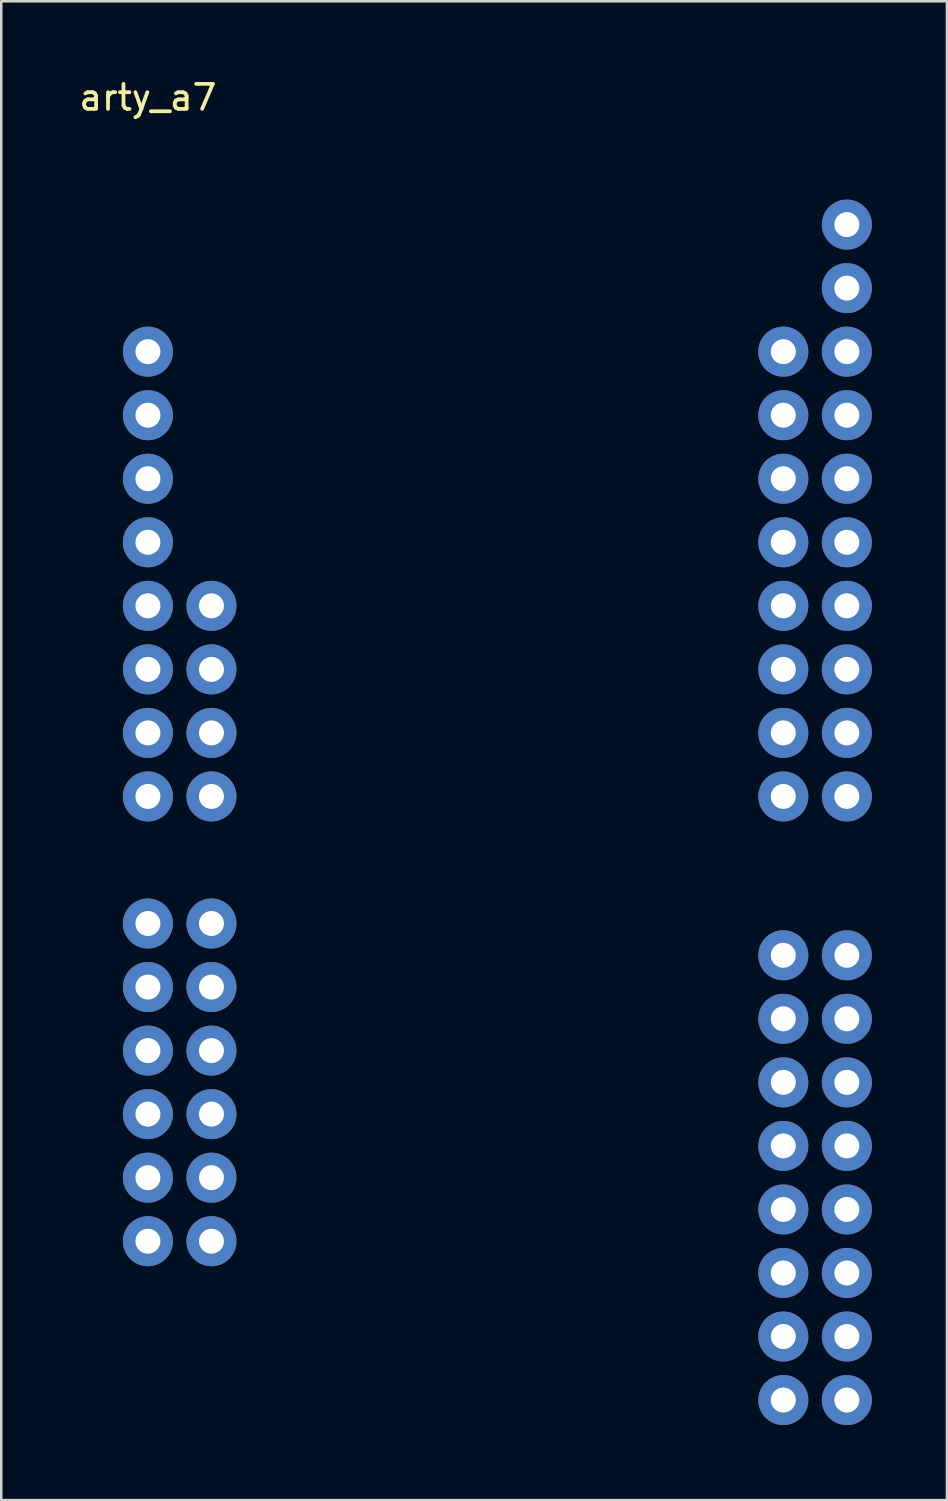
<source format=kicad_pcb>
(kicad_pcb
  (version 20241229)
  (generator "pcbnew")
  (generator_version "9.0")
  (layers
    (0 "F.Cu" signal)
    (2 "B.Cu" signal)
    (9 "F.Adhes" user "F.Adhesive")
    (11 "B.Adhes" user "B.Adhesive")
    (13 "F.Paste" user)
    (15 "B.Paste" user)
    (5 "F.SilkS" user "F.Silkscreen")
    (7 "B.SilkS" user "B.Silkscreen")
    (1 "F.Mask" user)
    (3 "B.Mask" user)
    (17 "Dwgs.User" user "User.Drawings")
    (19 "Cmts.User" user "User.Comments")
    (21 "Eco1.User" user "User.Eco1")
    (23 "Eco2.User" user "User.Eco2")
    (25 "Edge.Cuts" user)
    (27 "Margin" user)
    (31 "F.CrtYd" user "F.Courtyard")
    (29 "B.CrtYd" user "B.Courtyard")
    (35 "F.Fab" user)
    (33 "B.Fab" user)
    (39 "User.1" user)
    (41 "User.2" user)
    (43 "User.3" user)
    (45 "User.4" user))
  (footprint "arty_a7"
    (layer "F.Cu")
    (at 2.863 11.008)
    (property "Reference" "arty_a7" (at 0 -10.16 0) (layer "F.SilkS") (effects (font (size 1 1) (thickness 0.15))))
    (attr through_hole)
    (pad "1" thru_hole circle (at 0 0) (size 2 2) (drill 1) (layers "*.Cu" "*.Mask"))
    (pad "2" thru_hole circle (at 0 2.54) (size 2 2) (drill 1) (layers "*.Cu" "*.Mask"))
    (pad "3" thru_hole circle (at 0 5.08) (size 2 2) (drill 1) (layers "*.Cu" "*.Mask"))
    (pad "4" thru_hole circle (at 0 7.62) (size 2 2) (drill 1) (layers "*.Cu" "*.Mask"))
    (pad "5" thru_hole circle (at 0 10.16) (size 2 2) (drill 1) (layers "*.Cu" "*.Mask"))
    (pad "6" thru_hole circle (at 0 12.7) (size 2 2) (drill 1) (layers "*.Cu" "*.Mask"))
    (pad "7" thru_hole circle (at 0 15.24) (size 2 2) (drill 1) (layers "*.Cu" "*.Mask"))
    (pad "8" thru_hole circle (at 0 17.78) (size 2 2) (drill 1) (layers "*.Cu" "*.Mask"))
    (pad "9" thru_hole circle (at 2.54 10.16) (size 2 2) (drill 1) (layers "*.Cu" "*.Mask"))
    (pad "10" thru_hole circle (at 2.54 12.7) (size 2 2) (drill 1) (layers "*.Cu" "*.Mask"))
    (pad "11" thru_hole circle (at 2.54 15.24) (size 2 2) (drill 1) (layers "*.Cu" "*.Mask"))
    (pad "12" thru_hole circle (at 2.54 17.78) (size 2 2) (drill 1) (layers "*.Cu" "*.Mask"))
    (pad "13" thru_hole circle (at 0 22.86) (size 2 2) (drill 1) (layers "*.Cu" "*.Mask"))
    (pad "14" thru_hole circle (at 0 25.4) (size 2 2) (drill 1) (layers "*.Cu" "*.Mask"))
    (pad "15" thru_hole circle (at 0 27.94) (size 2 2) (drill 1) (layers "*.Cu" "*.Mask"))
    (pad "16" thru_hole circle (at 0 30.48) (size 2 2) (drill 1) (layers "*.Cu" "*.Mask"))
    (pad "17" thru_hole circle (at 0 33.02) (size 2 2) (drill 1) (layers "*.Cu" "*.Mask"))
    (pad "18" thru_hole circle (at 0 35.56) (size 2 2) (drill 1) (layers "*.Cu" "*.Mask"))
    (pad "19" thru_hole circle (at 2.54 22.86) (size 2 2) (drill 1) (layers "*.Cu" "*.Mask"))
    (pad "20" thru_hole circle (at 2.54 25.4) (size 2 2) (drill 1) (layers "*.Cu" "*.Mask"))
    (pad "21" thru_hole circle (at 2.54 27.94) (size 2 2) (drill 1) (layers "*.Cu" "*.Mask"))
    (pad "22" thru_hole circle (at 2.54 30.48) (size 2 2) (drill 1) (layers "*.Cu" "*.Mask"))
    (pad "23" thru_hole circle (at 2.54 33.02) (size 2 2) (drill 1) (layers "*.Cu" "*.Mask"))
    (pad "24" thru_hole circle (at 2.54 35.56) (size 2 2) (drill 1) (layers "*.Cu" "*.Mask"))
    (pad "25" thru_hole circle (at 25.4 0) (size 2 2) (drill 1) (layers "*.Cu" "*.Mask"))
    (pad "26" thru_hole circle (at 25.4 2.54) (size 2 2) (drill 1) (layers "*.Cu" "*.Mask"))
    (pad "27" thru_hole circle (at 25.4 5.08) (size 2 2) (drill 1) (layers "*.Cu" "*.Mask"))
    (pad "28" thru_hole circle (at 25.4 7.62) (size 2 2) (drill 1) (layers "*.Cu" "*.Mask"))
    (pad "29" thru_hole circle (at 25.4 10.16) (size 2 2) (drill 1) (layers "*.Cu" "*.Mask"))
    (pad "30" thru_hole circle (at 25.4 12.7) (size 2 2) (drill 1) (layers "*.Cu" "*.Mask"))
    (pad "31" thru_hole circle (at 25.4 15.24) (size 2 2) (drill 1) (layers "*.Cu" "*.Mask"))
    (pad "32" thru_hole circle (at 25.4 17.78) (size 2 2) (drill 1) (layers "*.Cu" "*.Mask"))
    (pad "33" thru_hole circle (at 25.4 24.13) (size 2 2) (drill 1) (layers "*.Cu" "*.Mask"))
    (pad "34" thru_hole circle (at 25.4 26.67) (size 2 2) (drill 1) (layers "*.Cu" "*.Mask"))
    (pad "35" thru_hole circle (at 25.4 29.21) (size 2 2) (drill 1) (layers "*.Cu" "*.Mask"))
    (pad "36" thru_hole circle (at 25.4 31.75) (size 2 2) (drill 1) (layers "*.Cu" "*.Mask"))
    (pad "37" thru_hole circle (at 25.4 34.29) (size 2 2) (drill 1) (layers "*.Cu" "*.Mask"))
    (pad "38" thru_hole circle (at 25.4 36.83) (size 2 2) (drill 1) (layers "*.Cu" "*.Mask"))
    (pad "39" thru_hole circle (at 25.4 39.37) (size 2 2) (drill 1) (layers "*.Cu" "*.Mask"))
    (pad "40" thru_hole circle (at 25.4 41.91) (size 2 2) (drill 1) (layers "*.Cu" "*.Mask"))
    (pad "41" thru_hole circle (at 27.94 -5.08) (size 2 2) (drill 1) (layers "*.Cu" "*.Mask"))
    (pad "42" thru_hole circle (at 27.94 -2.54) (size 2 2) (drill 1) (layers "*.Cu" "*.Mask"))
    (pad "43" thru_hole circle (at 27.94 0) (size 2 2) (drill 1) (layers "*.Cu" "*.Mask"))
    (pad "44" thru_hole circle (at 27.94 2.54) (size 2 2) (drill 1) (layers "*.Cu" "*.Mask"))
    (pad "45" thru_hole circle (at 27.94 5.08) (size 2 2) (drill 1) (layers "*.Cu" "*.Mask"))
    (pad "46" thru_hole circle (at 27.94 7.62) (size 2 2) (drill 1) (layers "*.Cu" "*.Mask"))
    (pad "47" thru_hole circle (at 27.94 10.16) (size 2 2) (drill 1) (layers "*.Cu" "*.Mask"))
    (pad "48" thru_hole circle (at 27.94 12.7) (size 2 2) (drill 1) (layers "*.Cu" "*.Mask"))
    (pad "49" thru_hole circle (at 27.94 15.24) (size 2 2) (drill 1) (layers "*.Cu" "*.Mask"))
    (pad "50" thru_hole circle (at 27.94 17.78) (size 2 2) (drill 1) (layers "*.Cu" "*.Mask"))
    (pad "51" thru_hole circle (at 27.94 24.13) (size 2 2) (drill 1) (layers "*.Cu" "*.Mask"))
    (pad "52" thru_hole circle (at 27.94 26.67) (size 2 2) (drill 1) (layers "*.Cu" "*.Mask"))
    (pad "53" thru_hole circle (at 27.94 29.21) (size 2 2) (drill 1) (layers "*.Cu" "*.Mask"))
    (pad "54" thru_hole circle (at 27.94 31.75) (size 2 2) (drill 1) (layers "*.Cu" "*.Mask"))
    (pad "55" thru_hole circle (at 27.94 34.29) (size 2 2) (drill 1) (layers "*.Cu" "*.Mask"))
    (pad "56" thru_hole circle (at 27.94 36.83) (size 2 2) (drill 1) (layers "*.Cu" "*.Mask"))
    (pad "57" thru_hole circle (at 27.94 39.37) (size 2 2) (drill 1) (layers "*.Cu" "*.Mask"))
    (pad "58" thru_hole circle (at 27.94 41.91) (size 2 2) (drill 1) (layers "*.Cu" "*.Mask")))
  (gr_rect
    (start -3 -3)
    (end 34.803 56.918)
    (stroke (width 0.1) (type default))
    (fill no)
    (layer "Edge.Cuts")))
</source>
